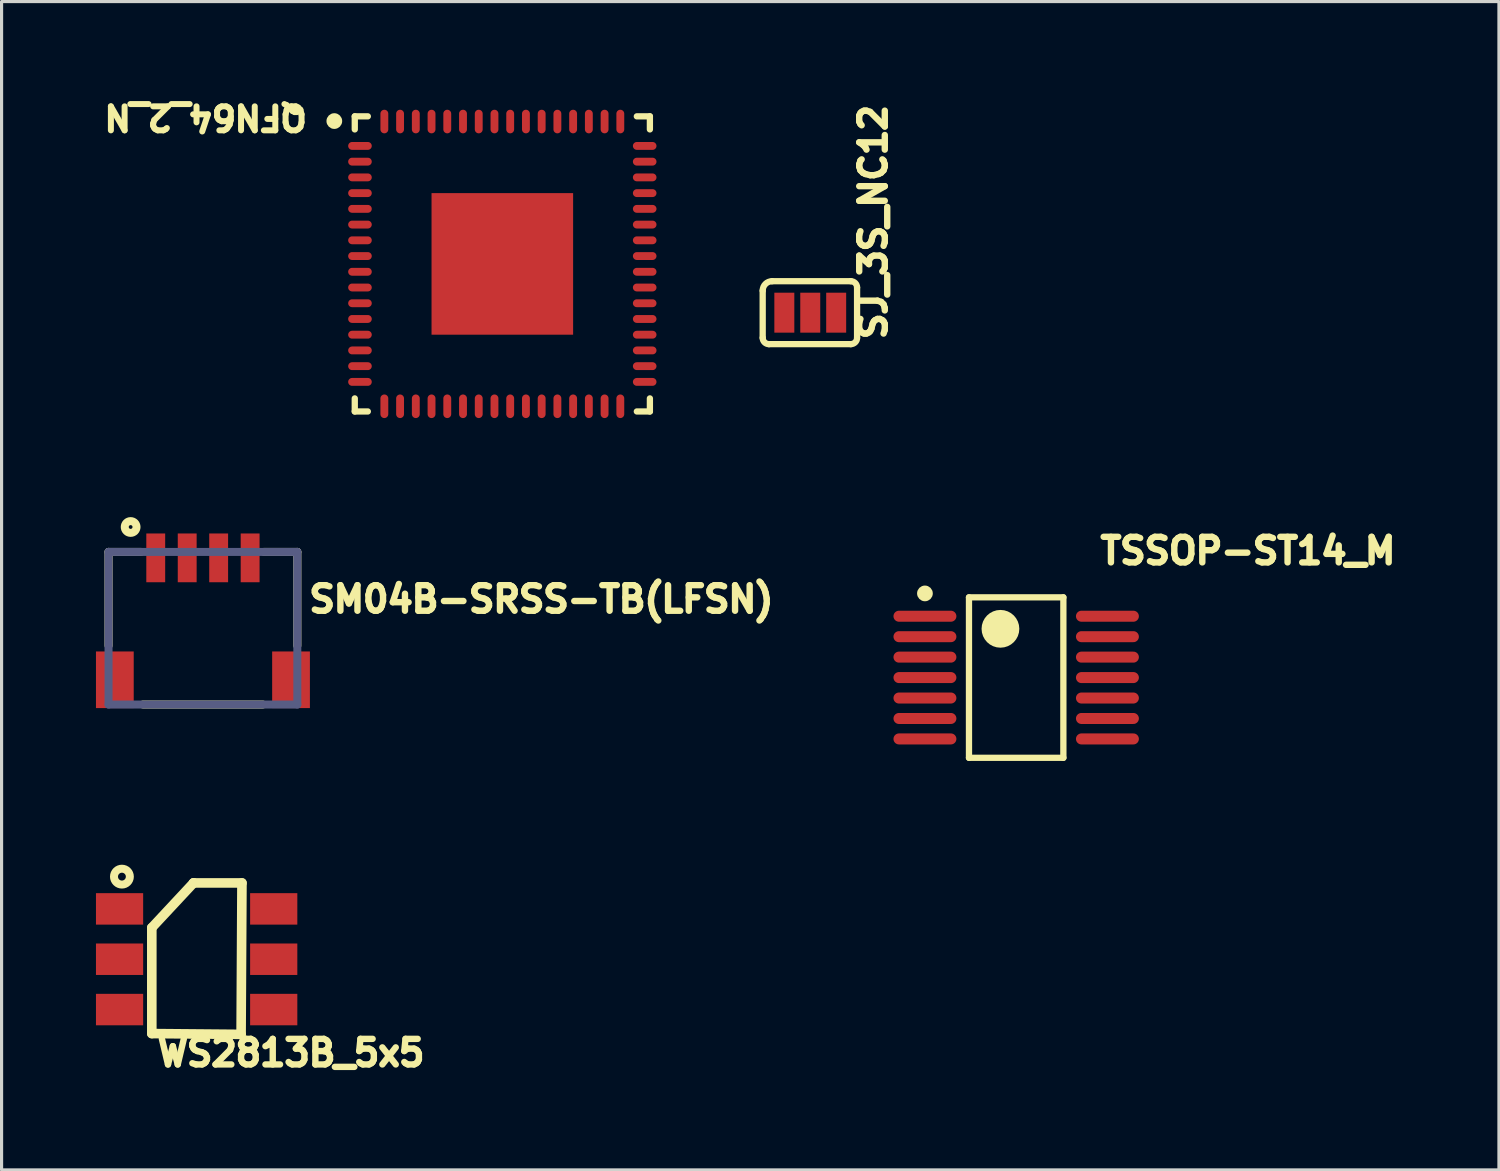
<source format=kicad_pcb>
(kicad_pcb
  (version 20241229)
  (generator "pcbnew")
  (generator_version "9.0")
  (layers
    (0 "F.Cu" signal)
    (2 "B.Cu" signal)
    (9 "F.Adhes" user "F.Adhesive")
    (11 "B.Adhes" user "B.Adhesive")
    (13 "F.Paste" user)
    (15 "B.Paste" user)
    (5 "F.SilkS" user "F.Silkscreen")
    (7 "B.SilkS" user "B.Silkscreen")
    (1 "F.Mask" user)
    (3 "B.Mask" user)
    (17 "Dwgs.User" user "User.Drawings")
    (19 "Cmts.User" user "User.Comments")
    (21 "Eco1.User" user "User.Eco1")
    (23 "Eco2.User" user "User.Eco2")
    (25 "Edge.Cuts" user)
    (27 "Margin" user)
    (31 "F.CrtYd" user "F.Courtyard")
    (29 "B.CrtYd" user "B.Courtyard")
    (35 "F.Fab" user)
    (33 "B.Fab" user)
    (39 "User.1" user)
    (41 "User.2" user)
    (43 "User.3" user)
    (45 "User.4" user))
  (footprint "TSSOP-ST14_M"
    (layer "F.Cu")
    (at 29.248 18.486)
    (property "Reference" "TSSOP-ST14_M" (at 2.569 -3.551 0) (unlocked yes) (layer "F.SilkS") (effects (font (size 0.813 0.813) (thickness 0.203)) (justify left bottom)))
    (fp_line (start -1.5 2.55) (end -1.5 -2.55) (stroke (width 0.2) (type solid)) (layer "F.SilkS"))
    (fp_line (start 1.5 -2.55) (end -1.5 -2.55) (stroke (width 0.2) (type solid)) (layer "F.SilkS"))
    (fp_line (start 1.5 2.55) (end -1.5 2.55) (stroke (width 0.2) (type solid)) (layer "F.SilkS"))
    (fp_line (start 1.5 2.55) (end 1.5 -2.55) (stroke (width 0.2) (type solid)) (layer "F.SilkS"))
    (fp_circle (center -2.9 -2.675) (end -2.9 -2.55) (stroke (width 0.25) (type solid)) (fill no) (layer "F.SilkS"))
    (fp_circle (center -0.5 -1.55) (end -0.5 -1.25) (stroke (width 0.6) (type solid)) (fill no) (layer "F.SilkS"))
    (fp_line (start -4.4 3.05) (end -4.4 -3.05) (stroke (width 0.05) (type solid)) (layer "Eco1.User"))
    (fp_line (start -2.25 2.55) (end -2.25 -2.55) (stroke (width 0.1) (type solid)) (layer "Eco1.User"))
    (fp_line (start 0 0.5) (end 0 -0.5) (stroke (width 0.1) (type solid)) (layer "Eco1.User"))
    (fp_line (start 0.5 0) (end -0.5 0) (stroke (width 0.1) (type solid)) (layer "Eco1.User"))
    (fp_line (start 2.25 -2.55) (end -2.25 -2.55) (stroke (width 0.1) (type solid)) (layer "Eco1.User"))
    (fp_line (start 2.25 2.55) (end -2.25 2.55) (stroke (width 0.1) (type solid)) (layer "Eco1.User"))
    (fp_line (start 2.25 2.55) (end 2.25 -2.55) (stroke (width 0.1) (type solid)) (layer "Eco1.User"))
    (fp_line (start 4.4 -3.05) (end -4.4 -3.05) (stroke (width 0.05) (type solid)) (layer "Eco1.User"))
    (fp_line (start 4.4 3.05) (end -4.4 3.05) (stroke (width 0.05) (type solid)) (layer "Eco1.User"))
    (fp_line (start 4.4 3.05) (end 4.4 -3.05) (stroke (width 0.05) (type solid)) (layer "Eco1.User"))
    (fp_circle (center -1.35 -1.65) (end -1.35 -1.15) (stroke (width 0.1) (type solid)) (fill no) (layer "Eco1.User"))
    (pad "1" smd oval (at -2.9 -1.95 270) (size 0.35 2) (layers "F.Cu" "F.Mask" "F.Paste"))
    (pad "2" smd oval (at -2.9 -1.3 270) (size 0.35 2) (layers "F.Cu" "F.Mask" "F.Paste"))
    (pad "3" smd oval (at -2.9 -0.65 270) (size 0.35 2) (layers "F.Cu" "F.Mask" "F.Paste"))
    (pad "4" smd oval (at -2.9 0 270) (size 0.35 2) (layers "F.Cu" "F.Mask" "F.Paste"))
    (pad "5" smd oval (at -2.9 0.65 270) (size 0.35 2) (layers "F.Cu" "F.Mask" "F.Paste"))
    (pad "6" smd oval (at -2.9 1.3 270) (size 0.35 2) (layers "F.Cu" "F.Mask" "F.Paste"))
    (pad "7" smd oval (at -2.9 1.95 270) (size 0.35 2) (layers "F.Cu" "F.Mask" "F.Paste"))
    (pad "8" smd oval (at 2.9 1.95 270) (size 0.35 2) (layers "F.Cu" "F.Mask" "F.Paste"))
    (pad "9" smd oval (at 2.9 1.3 270) (size 0.35 2) (layers "F.Cu" "F.Mask" "F.Paste"))
    (pad "10" smd oval (at 2.9 0.65 270) (size 0.35 2) (layers "F.Cu" "F.Mask" "F.Paste"))
    (pad "11" smd oval (at 2.9 0 270) (size 0.35 2) (layers "F.Cu" "F.Mask" "F.Paste"))
    (pad "12" smd oval (at 2.9 -0.65 270) (size 0.35 2) (layers "F.Cu" "F.Mask" "F.Paste"))
    (pad "13" smd oval (at 2.9 -1.3 270) (size 0.35 2) (layers "F.Cu" "F.Mask" "F.Paste"))
    (pad "14" smd oval (at 2.9 -1.95 270) (size 0.35 2) (layers "F.Cu" "F.Mask" "F.Paste")))
  (footprint "SM04B-SRSS-TB(LFSN)"
    (layer "F.Cu")
    (at 0.4 19.342)
    (property "Reference" "SM04B-SRSS-TB(LFSN)" (at 6.268 -2.87 0) (unlocked yes) (layer "F.SilkS") (effects (font (size 0.813 0.813) (thickness 0.203)) (justify left bottom)))
    (fp_line (start 0 -4.85) (end 1.029 -4.85) (stroke (width 0.254) (type solid)) (layer "F.SilkS"))
    (fp_line (start 0 -1.87) (end 0 -4.85) (stroke (width 0.254) (type solid)) (layer "F.SilkS"))
    (fp_line (start 1.094 0) (end 4.903 0) (stroke (width 0.254) (type solid)) (layer "F.SilkS"))
    (fp_line (start 4.937 -4.85) (end 6 -4.85) (stroke (width 0.254) (type solid)) (layer "F.SilkS"))
    (fp_line (start 6 -1.87) (end 6 -4.85) (stroke (width 0.254) (type solid)) (layer "F.SilkS"))
    (fp_circle (center 0.702 -5.642) (end 0.702 -5.702) (stroke (width 0.254) (type solid)) (fill no) (layer "F.SilkS"))
    (fp_line (start 0 -4.85) (end 6 -4.85) (stroke (width 0.254) (type solid)) (layer "B.Fab"))
    (fp_line (start 0 0) (end 0 -4.85) (stroke (width 0.254) (type solid)) (layer "B.Fab"))
    (fp_line (start 0 0) (end 6 0) (stroke (width 0.254) (type solid)) (layer "B.Fab"))
    (fp_line (start 6 0) (end 6 -4.85) (stroke (width 0.254) (type solid)) (layer "B.Fab"))
    (pad "1" smd rect (at 1.5 -4.661 90) (size 1.55 0.6) (layers "F.Cu" "F.Mask" "F.Paste"))
    (pad "2" smd rect (at 2.5 -4.661 90) (size 1.55 0.6) (layers "F.Cu" "F.Mask" "F.Paste"))
    (pad "3" smd rect (at 3.5 -4.661 90) (size 1.55 0.6) (layers "F.Cu" "F.Mask" "F.Paste"))
    (pad "4" smd rect (at 4.5 -4.661 90) (size 1.55 0.6) (layers "F.Cu" "F.Mask" "F.Paste"))
    (pad "5" connect rect (at 0.2 -0.786 90) (size 1.8 1.2) (layers "F.Cu" "F.Mask"))
    (pad "6" connect rect (at 5.8 -0.786 90) (size 1.8 1.2) (layers "F.Cu" "F.Mask")))
  (footprint "WS2813B_5x5"
    (layer "F.Cu")
    (at 3.2 27.438)
    (property "Reference" "WS2813B_5x5" (at -1.354 3.454 0) (unlocked yes) (layer "F.SilkS") (effects (font (size 0.813 0.813) (thickness 0.203)) (justify left bottom)))
    (fp_line (start -1.425 -1.002) (end -0.099 -2.425) (stroke (width 0.305) (type solid)) (layer "F.SilkS"))
    (fp_line (start -1.425 2.363) (end -1.425 -1.002) (stroke (width 0.305) (type solid)) (layer "F.SilkS"))
    (fp_line (start -1.425 2.363) (end 1.413 2.388) (stroke (width 0.305) (type solid)) (layer "F.SilkS"))
    (fp_line (start -0.099 -2.425) (end -0.099 -2.425) (stroke (width 0.305) (type solid)) (layer "F.SilkS"))
    (fp_line (start -0.099 -2.425) (end 1.44 -2.425) (stroke (width 0.305) (type solid)) (layer "F.SilkS"))
    (fp_line (start 1.413 2.388) (end 1.44 -2.425) (stroke (width 0.305) (type solid)) (layer "F.SilkS"))
    (fp_circle (center -2.375 -2.625) (end -2.375 -2.75) (stroke (width 0.254) (type solid)) (fill no) (layer "F.SilkS"))
    (pad "1" smd rect (at -2.45 -1.6) (size 1.5 1) (layers "F.Cu" "F.Mask" "F.Paste"))
    (pad "2" smd rect (at -2.45 0) (size 1.5 1) (layers "F.Cu" "F.Mask" "F.Paste"))
    (pad "3" smd rect (at -2.45 1.6) (size 1.5 1) (layers "F.Cu" "F.Mask" "F.Paste"))
    (pad "4" smd rect (at 2.45 1.6) (size 1.5 1) (layers "F.Cu" "F.Mask" "F.Paste"))
    (pad "5" smd rect (at 2.45 0) (size 1.5 1) (layers "F.Cu" "F.Mask" "F.Paste"))
    (pad "6" smd rect (at 2.45 -1.6) (size 1.5 1) (layers "F.Cu" "F.Mask" "F.Paste")))
  (footprint "SJ_3S_NC12"
    (layer "F.Cu")
    (at 22.703 6.888)
    (property "Reference" "SJ_3S_NC12" (at 2.479 0.952 90) (unlocked yes) (layer "F.SilkS") (effects (font (size 0.813 0.813) (thickness 0.203)) (justify left bottom)))
    (attr allow_soldermask_bridges)
    (fp_rect (start -1.312 0.8) (end 1.288 -0.8) (stroke (width 0) (type default)) (fill yes) (layer "F.Mask"))
    (fp_line (start -1.512 0.8) (end -1.512 -0.7) (stroke (width 0.2) (type solid)) (layer "F.SilkS"))
    (fp_line (start -1.312 1) (end 1.288 1) (stroke (width 0.2) (type solid)) (layer "F.SilkS"))
    (fp_line (start -1.212 -1) (end 1.288 -1) (stroke (width 0.2) (type solid)) (layer "F.SilkS"))
    (fp_line (start 1.488 0.8) (end 1.488 -0.8) (stroke (width 0.2) (type solid)) (layer "F.SilkS"))
    (fp_arc (start -1.5119 -0.7) (mid -1.424032 -0.912132) (end -1.2119 -1) (stroke (width 0.2) (type solid)) (layer "F.SilkS"))
    (fp_arc (start -1.3119 1) (mid -1.453321 0.941421) (end -1.5119 0.8) (stroke (width 0.2) (type solid)) (layer "F.SilkS"))
    (fp_arc (start 1.2881 -1) (mid 1.429521 -0.941421) (end 1.4881 -0.8) (stroke (width 0.2) (type solid)) (layer "F.SilkS"))
    (fp_arc (start 1.4881 0.8) (mid 1.429521 0.941421) (end 1.2881 1) (stroke (width 0.2) (type solid)) (layer "F.SilkS"))
    (fp_rect (start -1.312 0.8) (end 0.288 -0.8) (stroke (width 0) (type default)) (fill yes) (layer "F.Paste"))
    (pad "1" smd rect (at -0.824 0) (size 0.635 1.27) (layers "F.Cu" "F.Mask" "F.Paste"))
    (pad "2" smd rect (at 0 0) (size 0.635 1.27) (layers "F.Cu" "F.Mask" "F.Paste"))
    (pad "3" smd rect (at 0.824 0) (size 0.635 1.27) (layers "F.Cu" "F.Mask" "F.Paste")))
  (footprint "QFN64_2_N"
    (layer "F.Cu")
    (at 12.916 5.338)
    (property "Reference" "QFN64_2_N" (at -6.111 -5.111 180) (unlocked yes) (layer "F.SilkS") (effects (font (size 0.762 0.762) (thickness 0.254)) (justify left bottom)))
    (fp_line (start -4.69 -4.69) (end -4.69 -4.275) (stroke (width 0.2) (type solid)) (layer "F.SilkS"))
    (fp_line (start -4.69 -4.69) (end -4.275 -4.69) (stroke (width 0.2) (type solid)) (layer "F.SilkS"))
    (fp_line (start -4.69 4.275) (end -4.69 4.69) (stroke (width 0.2) (type solid)) (layer "F.SilkS"))
    (fp_line (start -4.69 4.69) (end -4.275 4.69) (stroke (width 0.2) (type solid)) (layer "F.SilkS"))
    (fp_line (start 4.275 -4.69) (end 4.69 -4.69) (stroke (width 0.2) (type solid)) (layer "F.SilkS"))
    (fp_line (start 4.275 4.69) (end 4.69 4.69) (stroke (width 0.2) (type solid)) (layer "F.SilkS"))
    (fp_line (start 4.69 -4.69) (end 4.69 -4.275) (stroke (width 0.2) (type solid)) (layer "F.SilkS"))
    (fp_line (start 4.69 4.275) (end 4.69 4.69) (stroke (width 0.2) (type solid)) (layer "F.SilkS"))
    (fp_circle (center -5.34 -4.54) (end -5.34 -4.665) (stroke (width 0.25) (type solid)) (fill no) (layer "F.SilkS"))
    (fp_line (start -5.15 -5.15) (end -5.15 5.15) (stroke (width 0.05) (type solid)) (layer "Eco1.User"))
    (fp_line (start -5.15 -5.15) (end 5.15 -5.15) (stroke (width 0.05) (type solid)) (layer "Eco1.User"))
    (fp_line (start -5.15 5.15) (end 5.15 5.15) (stroke (width 0.05) (type solid)) (layer "Eco1.User"))
    (fp_line (start -4.54 -4.54) (end -4.54 4.54) (stroke (width 0.1) (type solid)) (layer "Eco1.User"))
    (fp_line (start -4.54 -4.54) (end 4.54 -4.54) (stroke (width 0.1) (type solid)) (layer "Eco1.User"))
    (fp_line (start -4.54 4.54) (end 4.54 4.54) (stroke (width 0.1) (type solid)) (layer "Eco1.User"))
    (fp_line (start -0.5 0) (end 0.5 0) (stroke (width 0.1) (type solid)) (layer "Eco1.User"))
    (fp_line (start 0 -0.5) (end 0 0.5) (stroke (width 0.1) (type solid)) (layer "Eco1.User"))
    (fp_line (start 4.54 -4.54) (end 4.54 4.54) (stroke (width 0.1) (type solid)) (layer "Eco1.User"))
    (fp_line (start 5.15 -5.15) (end 5.15 5.15) (stroke (width 0.05) (type solid)) (layer "Eco1.User"))
    (fp_circle (center -3.64 -3.64) (end -3.64 -4.14) (stroke (width 0.1) (type solid)) (fill no) (layer "Eco1.User"))
    (pad "1" smd oval (at -4.525 -3.75 270) (size 0.25 0.75) (layers "F.Cu" "F.Mask" "F.Paste"))
    (pad "2" smd oval (at -4.525 -3.25 270) (size 0.25 0.75) (layers "F.Cu" "F.Mask" "F.Paste"))
    (pad "3" smd oval (at -4.525 -2.75 270) (size 0.25 0.75) (layers "F.Cu" "F.Mask" "F.Paste"))
    (pad "4" smd oval (at -4.525 -2.25 270) (size 0.25 0.75) (layers "F.Cu" "F.Mask" "F.Paste"))
    (pad "5" smd oval (at -4.525 -1.75 270) (size 0.25 0.75) (layers "F.Cu" "F.Mask" "F.Paste"))
    (pad "6" smd oval (at -4.525 -1.25 270) (size 0.25 0.75) (layers "F.Cu" "F.Mask" "F.Paste"))
    (pad "7" smd oval (at -4.525 -0.75 270) (size 0.25 0.75) (layers "F.Cu" "F.Mask" "F.Paste"))
    (pad "8" smd oval (at -4.525 -0.25 270) (size 0.25 0.75) (layers "F.Cu" "F.Mask" "F.Paste"))
    (pad "9" smd oval (at -4.525 0.25 270) (size 0.25 0.75) (layers "F.Cu" "F.Mask" "F.Paste"))
    (pad "10" smd oval (at -4.525 0.75 270) (size 0.25 0.75) (layers "F.Cu" "F.Mask" "F.Paste"))
    (pad "11" smd oval (at -4.525 1.25 270) (size 0.25 0.75) (layers "F.Cu" "F.Mask" "F.Paste"))
    (pad "12" smd oval (at -4.525 1.75 270) (size 0.25 0.75) (layers "F.Cu" "F.Mask" "F.Paste"))
    (pad "13" smd oval (at -4.525 2.25 270) (size 0.25 0.75) (layers "F.Cu" "F.Mask" "F.Paste"))
    (pad "14" smd oval (at -4.525 2.75 270) (size 0.25 0.75) (layers "F.Cu" "F.Mask" "F.Paste"))
    (pad "15" smd oval (at -4.525 3.25 270) (size 0.25 0.75) (layers "F.Cu" "F.Mask" "F.Paste"))
    (pad "16" smd oval (at -4.525 3.75 270) (size 0.25 0.75) (layers "F.Cu" "F.Mask" "F.Paste"))
    (pad "17" smd oval (at -3.75 4.525 180) (size 0.25 0.75) (layers "F.Cu" "F.Mask" "F.Paste"))
    (pad "18" smd oval (at -3.25 4.525 180) (size 0.25 0.75) (layers "F.Cu" "F.Mask" "F.Paste"))
    (pad "19" smd oval (at -2.75 4.525 180) (size 0.25 0.75) (layers "F.Cu" "F.Mask" "F.Paste"))
    (pad "20" smd oval (at -2.25 4.525 180) (size 0.25 0.75) (layers "F.Cu" "F.Mask" "F.Paste"))
    (pad "21" smd oval (at -1.75 4.525 180) (size 0.25 0.75) (layers "F.Cu" "F.Mask" "F.Paste"))
    (pad "22" smd oval (at -1.25 4.525 180) (size 0.25 0.75) (layers "F.Cu" "F.Mask" "F.Paste"))
    (pad "23" smd oval (at -0.75 4.525 180) (size 0.25 0.75) (layers "F.Cu" "F.Mask" "F.Paste"))
    (pad "24" smd oval (at -0.25 4.525 180) (size 0.25 0.75) (layers "F.Cu" "F.Mask" "F.Paste"))
    (pad "25" smd oval (at 0.25 4.525 180) (size 0.25 0.75) (layers "F.Cu" "F.Mask" "F.Paste"))
    (pad "26" smd oval (at 0.75 4.525 180) (size 0.25 0.75) (layers "F.Cu" "F.Mask" "F.Paste"))
    (pad "27" smd oval (at 1.25 4.525 180) (size 0.25 0.75) (layers "F.Cu" "F.Mask" "F.Paste"))
    (pad "28" smd oval (at 1.75 4.525 180) (size 0.25 0.75) (layers "F.Cu" "F.Mask" "F.Paste"))
    (pad "29" smd oval (at 2.25 4.525 180) (size 0.25 0.75) (layers "F.Cu" "F.Mask" "F.Paste"))
    (pad "30" smd oval (at 2.75 4.525 180) (size 0.25 0.75) (layers "F.Cu" "F.Mask" "F.Paste"))
    (pad "31" smd oval (at 3.25 4.525 180) (size 0.25 0.75) (layers "F.Cu" "F.Mask" "F.Paste"))
    (pad "32" smd oval (at 3.75 4.525 180) (size 0.25 0.75) (layers "F.Cu" "F.Mask" "F.Paste"))
    (pad "33" smd oval (at 4.525 3.75 270) (size 0.25 0.75) (layers "F.Cu" "F.Mask" "F.Paste"))
    (pad "34" smd oval (at 4.525 3.25 270) (size 0.25 0.75) (layers "F.Cu" "F.Mask" "F.Paste"))
    (pad "35" smd oval (at 4.525 2.75 270) (size 0.25 0.75) (layers "F.Cu" "F.Mask" "F.Paste"))
    (pad "36" smd oval (at 4.525 2.25 270) (size 0.25 0.75) (layers "F.Cu" "F.Mask" "F.Paste"))
    (pad "37" smd oval (at 4.525 1.75 270) (size 0.25 0.75) (layers "F.Cu" "F.Mask" "F.Paste"))
    (pad "38" smd oval (at 4.525 1.25 270) (size 0.25 0.75) (layers "F.Cu" "F.Mask" "F.Paste"))
    (pad "39" smd oval (at 4.525 0.75 270) (size 0.25 0.75) (layers "F.Cu" "F.Mask" "F.Paste"))
    (pad "40" smd oval (at 4.525 0.25 270) (size 0.25 0.75) (layers "F.Cu" "F.Mask" "F.Paste"))
    (pad "41" smd oval (at 4.525 -0.25 270) (size 0.25 0.75) (layers "F.Cu" "F.Mask" "F.Paste"))
    (pad "42" smd oval (at 4.525 -0.75 270) (size 0.25 0.75) (layers "F.Cu" "F.Mask" "F.Paste"))
    (pad "43" smd oval (at 4.525 -1.25 270) (size 0.25 0.75) (layers "F.Cu" "F.Mask" "F.Paste"))
    (pad "44" smd oval (at 4.525 -1.75 270) (size 0.25 0.75) (layers "F.Cu" "F.Mask" "F.Paste"))
    (pad "45" smd oval (at 4.525 -2.25 270) (size 0.25 0.75) (layers "F.Cu" "F.Mask" "F.Paste"))
    (pad "46" smd oval (at 4.525 -2.75 270) (size 0.25 0.75) (layers "F.Cu" "F.Mask" "F.Paste"))
    (pad "47" smd oval (at 4.525 -3.25 270) (size 0.25 0.75) (layers "F.Cu" "F.Mask" "F.Paste"))
    (pad "48" smd oval (at 4.525 -3.75 270) (size 0.25 0.75) (layers "F.Cu" "F.Mask" "F.Paste"))
    (pad "49" smd oval (at 3.75 -4.525 180) (size 0.25 0.75) (layers "F.Cu" "F.Mask" "F.Paste"))
    (pad "50" smd oval (at 3.25 -4.525 180) (size 0.25 0.75) (layers "F.Cu" "F.Mask" "F.Paste"))
    (pad "51" smd oval (at 2.75 -4.525 180) (size 0.25 0.75) (layers "F.Cu" "F.Mask" "F.Paste"))
    (pad "52" smd oval (at 2.25 -4.525 180) (size 0.25 0.75) (layers "F.Cu" "F.Mask" "F.Paste"))
    (pad "53" smd oval (at 1.75 -4.525 180) (size 0.25 0.75) (layers "F.Cu" "F.Mask" "F.Paste"))
    (pad "54" smd oval (at 1.25 -4.525 180) (size 0.25 0.75) (layers "F.Cu" "F.Mask" "F.Paste"))
    (pad "55" smd oval (at 0.75 -4.525 180) (size 0.25 0.75) (layers "F.Cu" "F.Mask" "F.Paste"))
    (pad "56" smd oval (at 0.25 -4.525 180) (size 0.25 0.75) (layers "F.Cu" "F.Mask" "F.Paste"))
    (pad "57" smd oval (at -0.25 -4.525 180) (size 0.25 0.75) (layers "F.Cu" "F.Mask" "F.Paste"))
    (pad "58" smd oval (at -0.75 -4.525 180) (size 0.25 0.75) (layers "F.Cu" "F.Mask" "F.Paste"))
    (pad "59" smd oval (at -1.25 -4.525 180) (size 0.25 0.75) (layers "F.Cu" "F.Mask" "F.Paste"))
    (pad "60" smd oval (at -1.75 -4.525 180) (size 0.25 0.75) (layers "F.Cu" "F.Mask" "F.Paste"))
    (pad "61" smd oval (at -2.25 -4.525 180) (size 0.25 0.75) (layers "F.Cu" "F.Mask" "F.Paste"))
    (pad "62" smd oval (at -2.75 -4.525 180) (size 0.25 0.75) (layers "F.Cu" "F.Mask" "F.Paste"))
    (pad "63" smd oval (at -3.25 -4.525 180) (size 0.25 0.75) (layers "F.Cu" "F.Mask" "F.Paste"))
    (pad "64" smd oval (at -3.75 -4.525 180) (size 0.25 0.75) (layers "F.Cu" "F.Mask" "F.Paste"))
    (pad "65" smd rect (at 0 0 180) (size 4.5 4.5) (layers "F.Cu" "F.Mask" "F.Paste")))
  (gr_rect
    (start -3 -3)
    (end 44.592 34.134)
    (stroke (width 0.1) (type default))
    (fill no)
    (layer "Edge.Cuts")))
</source>
